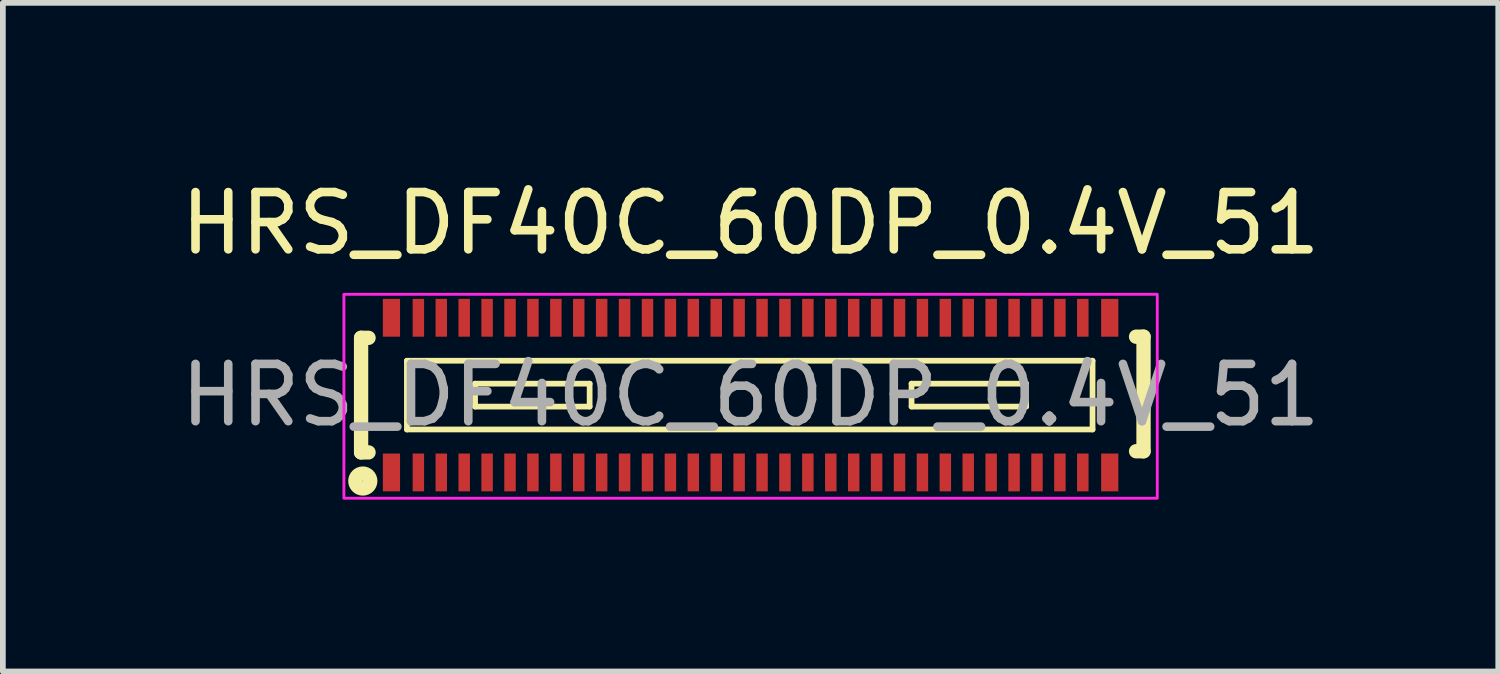
<source format=kicad_pcb>
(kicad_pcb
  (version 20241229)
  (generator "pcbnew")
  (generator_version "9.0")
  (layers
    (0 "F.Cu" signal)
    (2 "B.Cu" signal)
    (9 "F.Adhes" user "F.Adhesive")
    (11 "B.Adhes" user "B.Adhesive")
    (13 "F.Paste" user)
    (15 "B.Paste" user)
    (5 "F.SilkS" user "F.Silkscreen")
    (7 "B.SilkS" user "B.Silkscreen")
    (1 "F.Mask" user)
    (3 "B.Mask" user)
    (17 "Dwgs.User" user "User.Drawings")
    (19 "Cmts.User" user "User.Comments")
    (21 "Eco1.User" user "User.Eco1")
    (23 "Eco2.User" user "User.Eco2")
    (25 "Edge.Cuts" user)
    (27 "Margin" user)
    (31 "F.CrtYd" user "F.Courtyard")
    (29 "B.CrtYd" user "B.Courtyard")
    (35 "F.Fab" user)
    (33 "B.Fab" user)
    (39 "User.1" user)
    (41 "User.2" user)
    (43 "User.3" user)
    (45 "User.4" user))
  (footprint "HRS_DF40C_60DP_0.4V_51"
    (layer "F.Cu")
    (at 10.054 3.848)
    (property "Reference" "HRS_DF40C_60DP_0.4V_51" (at 0 -3 0) (layer "F.SilkS") (effects (font (size 1 1) (thickness 0.15))))
    (attr smd)
    (fp_line (start -6.8 -1) (end -6.8 1) (stroke (width 0.25) (type solid)) (layer "F.SilkS"))
    (fp_line (start -6.8 -1) (end -6.67 -1) (stroke (width 0.25) (type solid)) (layer "F.SilkS"))
    (fp_line (start -6.8 1) (end -6.67 1) (stroke (width 0.25) (type solid)) (layer "F.SilkS"))
    (fp_line (start -6 -0.6) (end -6 0.6) (stroke (width 0.1) (type solid)) (layer "F.SilkS"))
    (fp_line (start -6 -0.6) (end 5.97 -0.6) (stroke (width 0.1) (type solid)) (layer "F.SilkS"))
    (fp_line (start -4.81 -0.2) (end -4.81 0.2) (stroke (width 0.1) (type solid)) (layer "F.SilkS"))
    (fp_line (start -4.81 -0.2) (end -2.81 -0.2) (stroke (width 0.1) (type solid)) (layer "F.SilkS"))
    (fp_line (start -2.81 -0.2) (end -2.81 0.2) (stroke (width 0.1) (type solid)) (layer "F.SilkS"))
    (fp_line (start -2.81 0.2) (end -4.81 0.2) (stroke (width 0.1) (type solid)) (layer "F.SilkS"))
    (fp_line (start 2.81 -0.2) (end 2.81 0.2) (stroke (width 0.1) (type solid)) (layer "F.SilkS"))
    (fp_line (start 2.81 -0.2) (end 4.81 -0.2) (stroke (width 0.1) (type solid)) (layer "F.SilkS"))
    (fp_line (start 4.81 -0.2) (end 4.81 0.2) (stroke (width 0.1) (type solid)) (layer "F.SilkS"))
    (fp_line (start 4.81 0.2) (end 2.81 0.2) (stroke (width 0.1) (type solid)) (layer "F.SilkS"))
    (fp_line (start 5.97 -0.6) (end 5.97 0.6) (stroke (width 0.1) (type solid)) (layer "F.SilkS"))
    (fp_line (start 5.97 0.6) (end -6 0.6) (stroke (width 0.1) (type solid)) (layer "F.SilkS"))
    (fp_line (start 6.86 -1.02) (end 6.73 -1.02) (stroke (width 0.25) (type solid)) (layer "F.SilkS"))
    (fp_line (start 6.86 -1.02) (end 6.86 0.98) (stroke (width 0.25) (type solid)) (layer "F.SilkS"))
    (fp_line (start 6.86 0.98) (end 6.73 0.98) (stroke (width 0.25) (type solid)) (layer "F.SilkS"))
    (fp_circle (center -6.77 1.5) (end -6.64 1.5) (stroke (width 0.25) (type solid)) (fill no) (layer "F.SilkS"))
    (fp_rect (start -7.1 -1.76) (end 7.1 1.8) (stroke (width 0.05) (type solid)) (fill no) (layer "F.CrtYd"))
    (fp_text user "${REFERENCE}" (at 0 0 0) (layer "F.Fab") (effects (font (size 1 1) (thickness 0.15))))
    (pad "1" smd rect (at -5.8 -1.35) (size 0.2 0.66) (layers "F.Cu" "F.Mask" "F.Paste"))
    (pad "2" smd rect (at -5.8 1.35) (size 0.2 0.66) (layers "F.Cu" "F.Mask" "F.Paste"))
    (pad "3" smd rect (at -5.4 -1.35) (size 0.2 0.66) (layers "F.Cu" "F.Mask" "F.Paste"))
    (pad "4" smd rect (at -5.4 1.35) (size 0.2 0.66) (layers "F.Cu" "F.Mask" "F.Paste"))
    (pad "5" smd rect (at -5 -1.35) (size 0.2 0.66) (layers "F.Cu" "F.Mask" "F.Paste"))
    (pad "6" smd rect (at -5 1.35) (size 0.2 0.66) (layers "F.Cu" "F.Mask" "F.Paste"))
    (pad "7" smd rect (at -4.6 -1.35) (size 0.2 0.66) (layers "F.Cu" "F.Mask" "F.Paste"))
    (pad "8" smd rect (at -4.6 1.35) (size 0.2 0.66) (layers "F.Cu" "F.Mask" "F.Paste"))
    (pad "9" smd rect (at -4.2 -1.35) (size 0.2 0.66) (layers "F.Cu" "F.Mask" "F.Paste"))
    (pad "10" smd rect (at -4.2 1.35) (size 0.2 0.66) (layers "F.Cu" "F.Mask" "F.Paste"))
    (pad "11" smd rect (at -3.8 -1.35) (size 0.2 0.66) (layers "F.Cu" "F.Mask" "F.Paste"))
    (pad "12" smd rect (at -3.8 1.35) (size 0.2 0.66) (layers "F.Cu" "F.Mask" "F.Paste"))
    (pad "13" smd rect (at -3.4 -1.35) (size 0.2 0.66) (layers "F.Cu" "F.Mask" "F.Paste"))
    (pad "14" smd rect (at -3.4 1.35) (size 0.2 0.66) (layers "F.Cu" "F.Mask" "F.Paste"))
    (pad "15" smd rect (at -3 -1.35) (size 0.2 0.66) (layers "F.Cu" "F.Mask" "F.Paste"))
    (pad "16" smd rect (at -3 1.35) (size 0.2 0.66) (layers "F.Cu" "F.Mask" "F.Paste"))
    (pad "17" smd rect (at -2.6 -1.35) (size 0.2 0.66) (layers "F.Cu" "F.Mask" "F.Paste"))
    (pad "18" smd rect (at -2.6 1.35) (size 0.2 0.66) (layers "F.Cu" "F.Mask" "F.Paste"))
    (pad "19" smd rect (at -2.2 -1.35) (size 0.2 0.66) (layers "F.Cu" "F.Mask" "F.Paste"))
    (pad "20" smd rect (at -2.2 1.35) (size 0.2 0.66) (layers "F.Cu" "F.Mask" "F.Paste"))
    (pad "21" smd rect (at -1.8 -1.35) (size 0.2 0.66) (layers "F.Cu" "F.Mask" "F.Paste"))
    (pad "22" smd rect (at -1.8 1.35) (size 0.2 0.66) (layers "F.Cu" "F.Mask" "F.Paste"))
    (pad "23" smd rect (at -1.4 -1.35) (size 0.2 0.66) (layers "F.Cu" "F.Mask" "F.Paste"))
    (pad "24" smd rect (at -1.4 1.35) (size 0.2 0.66) (layers "F.Cu" "F.Mask" "F.Paste"))
    (pad "25" smd rect (at -1 -1.35) (size 0.2 0.66) (layers "F.Cu" "F.Mask" "F.Paste"))
    (pad "26" smd rect (at -1 1.35) (size 0.2 0.66) (layers "F.Cu" "F.Mask" "F.Paste"))
    (pad "27" smd rect (at -0.6 -1.35) (size 0.2 0.66) (layers "F.Cu" "F.Mask" "F.Paste"))
    (pad "28" smd rect (at -0.6 1.35) (size 0.2 0.66) (layers "F.Cu" "F.Mask" "F.Paste"))
    (pad "29" smd rect (at -0.2 -1.35) (size 0.2 0.66) (layers "F.Cu" "F.Mask" "F.Paste"))
    (pad "30" smd rect (at -0.2 1.35) (size 0.2 0.66) (layers "F.Cu" "F.Mask" "F.Paste"))
    (pad "31" smd rect (at 0.2 -1.35) (size 0.2 0.66) (layers "F.Cu" "F.Mask" "F.Paste"))
    (pad "32" smd rect (at 0.2 1.35) (size 0.2 0.66) (layers "F.Cu" "F.Mask" "F.Paste"))
    (pad "33" smd rect (at 0.6 -1.35) (size 0.2 0.66) (layers "F.Cu" "F.Mask" "F.Paste"))
    (pad "34" smd rect (at 0.6 1.35) (size 0.2 0.66) (layers "F.Cu" "F.Mask" "F.Paste"))
    (pad "35" smd rect (at 1 -1.35) (size 0.2 0.66) (layers "F.Cu" "F.Mask" "F.Paste"))
    (pad "36" smd rect (at 1 1.35) (size 0.2 0.66) (layers "F.Cu" "F.Mask" "F.Paste"))
    (pad "37" smd rect (at 1.4 -1.35) (size 0.2 0.66) (layers "F.Cu" "F.Mask" "F.Paste"))
    (pad "38" smd rect (at 1.4 1.35) (size 0.2 0.66) (layers "F.Cu" "F.Mask" "F.Paste"))
    (pad "39" smd rect (at 1.8 -1.35) (size 0.2 0.66) (layers "F.Cu" "F.Mask" "F.Paste"))
    (pad "40" smd rect (at 1.8 1.35) (size 0.2 0.66) (layers "F.Cu" "F.Mask" "F.Paste"))
    (pad "41" smd rect (at 2.2 -1.35) (size 0.2 0.66) (layers "F.Cu" "F.Mask" "F.Paste"))
    (pad "42" smd rect (at 2.2 1.35) (size 0.2 0.66) (layers "F.Cu" "F.Mask" "F.Paste"))
    (pad "43" smd rect (at 2.6 -1.35) (size 0.2 0.66) (layers "F.Cu" "F.Mask" "F.Paste"))
    (pad "44" smd rect (at 2.6 1.35) (size 0.2 0.66) (layers "F.Cu" "F.Mask" "F.Paste"))
    (pad "45" smd rect (at 3 -1.35) (size 0.2 0.66) (layers "F.Cu" "F.Mask" "F.Paste"))
    (pad "46" smd rect (at 3 1.35) (size 0.2 0.66) (layers "F.Cu" "F.Mask" "F.Paste"))
    (pad "47" smd rect (at 3.4 -1.35) (size 0.2 0.66) (layers "F.Cu" "F.Mask" "F.Paste"))
    (pad "48" smd rect (at 3.4 1.35) (size 0.2 0.66) (layers "F.Cu" "F.Mask" "F.Paste"))
    (pad "49" smd rect (at 3.8 -1.35) (size 0.2 0.66) (layers "F.Cu" "F.Mask" "F.Paste"))
    (pad "50" smd rect (at 3.8 1.35) (size 0.2 0.66) (layers "F.Cu" "F.Mask" "F.Paste"))
    (pad "51" smd rect (at 4.2 -1.35) (size 0.2 0.66) (layers "F.Cu" "F.Mask" "F.Paste"))
    (pad "52" smd rect (at 4.2 1.35) (size 0.2 0.66) (layers "F.Cu" "F.Mask" "F.Paste"))
    (pad "53" smd rect (at 4.6 -1.35) (size 0.2 0.66) (layers "F.Cu" "F.Mask" "F.Paste"))
    (pad "54" smd rect (at 4.6 1.35) (size 0.2 0.66) (layers "F.Cu" "F.Mask" "F.Paste"))
    (pad "55" smd rect (at 5 -1.35) (size 0.2 0.66) (layers "F.Cu" "F.Mask" "F.Paste"))
    (pad "56" smd rect (at 5 1.35) (size 0.2 0.66) (layers "F.Cu" "F.Mask" "F.Paste"))
    (pad "57" smd rect (at 5.4 -1.35) (size 0.2 0.66) (layers "F.Cu" "F.Mask" "F.Paste"))
    (pad "58" smd rect (at 5.4 1.35) (size 0.2 0.66) (layers "F.Cu" "F.Mask" "F.Paste"))
    (pad "59" smd rect (at 5.8 -1.35) (size 0.2 0.66) (layers "F.Cu" "F.Mask" "F.Paste"))
    (pad "60" smd rect (at 5.8 1.35) (size 0.2 0.66) (layers "F.Cu" "F.Mask" "F.Paste"))
    (pad "61" smd rect (at -6.27 -1.35) (size 0.3 0.66) (layers "F.Cu" "F.Mask" "F.Paste"))
    (pad "62" smd rect (at -6.27 1.35) (size 0.3 0.66) (layers "F.Cu" "F.Mask" "F.Paste"))
    (pad "63" smd rect (at 6.27 -1.35) (size 0.3 0.66) (layers "F.Cu" "F.Mask" "F.Paste"))
    (pad "64" smd rect (at 6.27 1.35) (size 0.3 0.66) (layers "F.Cu" "F.Mask" "F.Paste")))
  (gr_rect
    (start -3 -3)
    (end 23.107 8.673)
    (stroke (width 0.1) (type default))
    (fill no)
    (layer "Edge.Cuts")))
</source>
